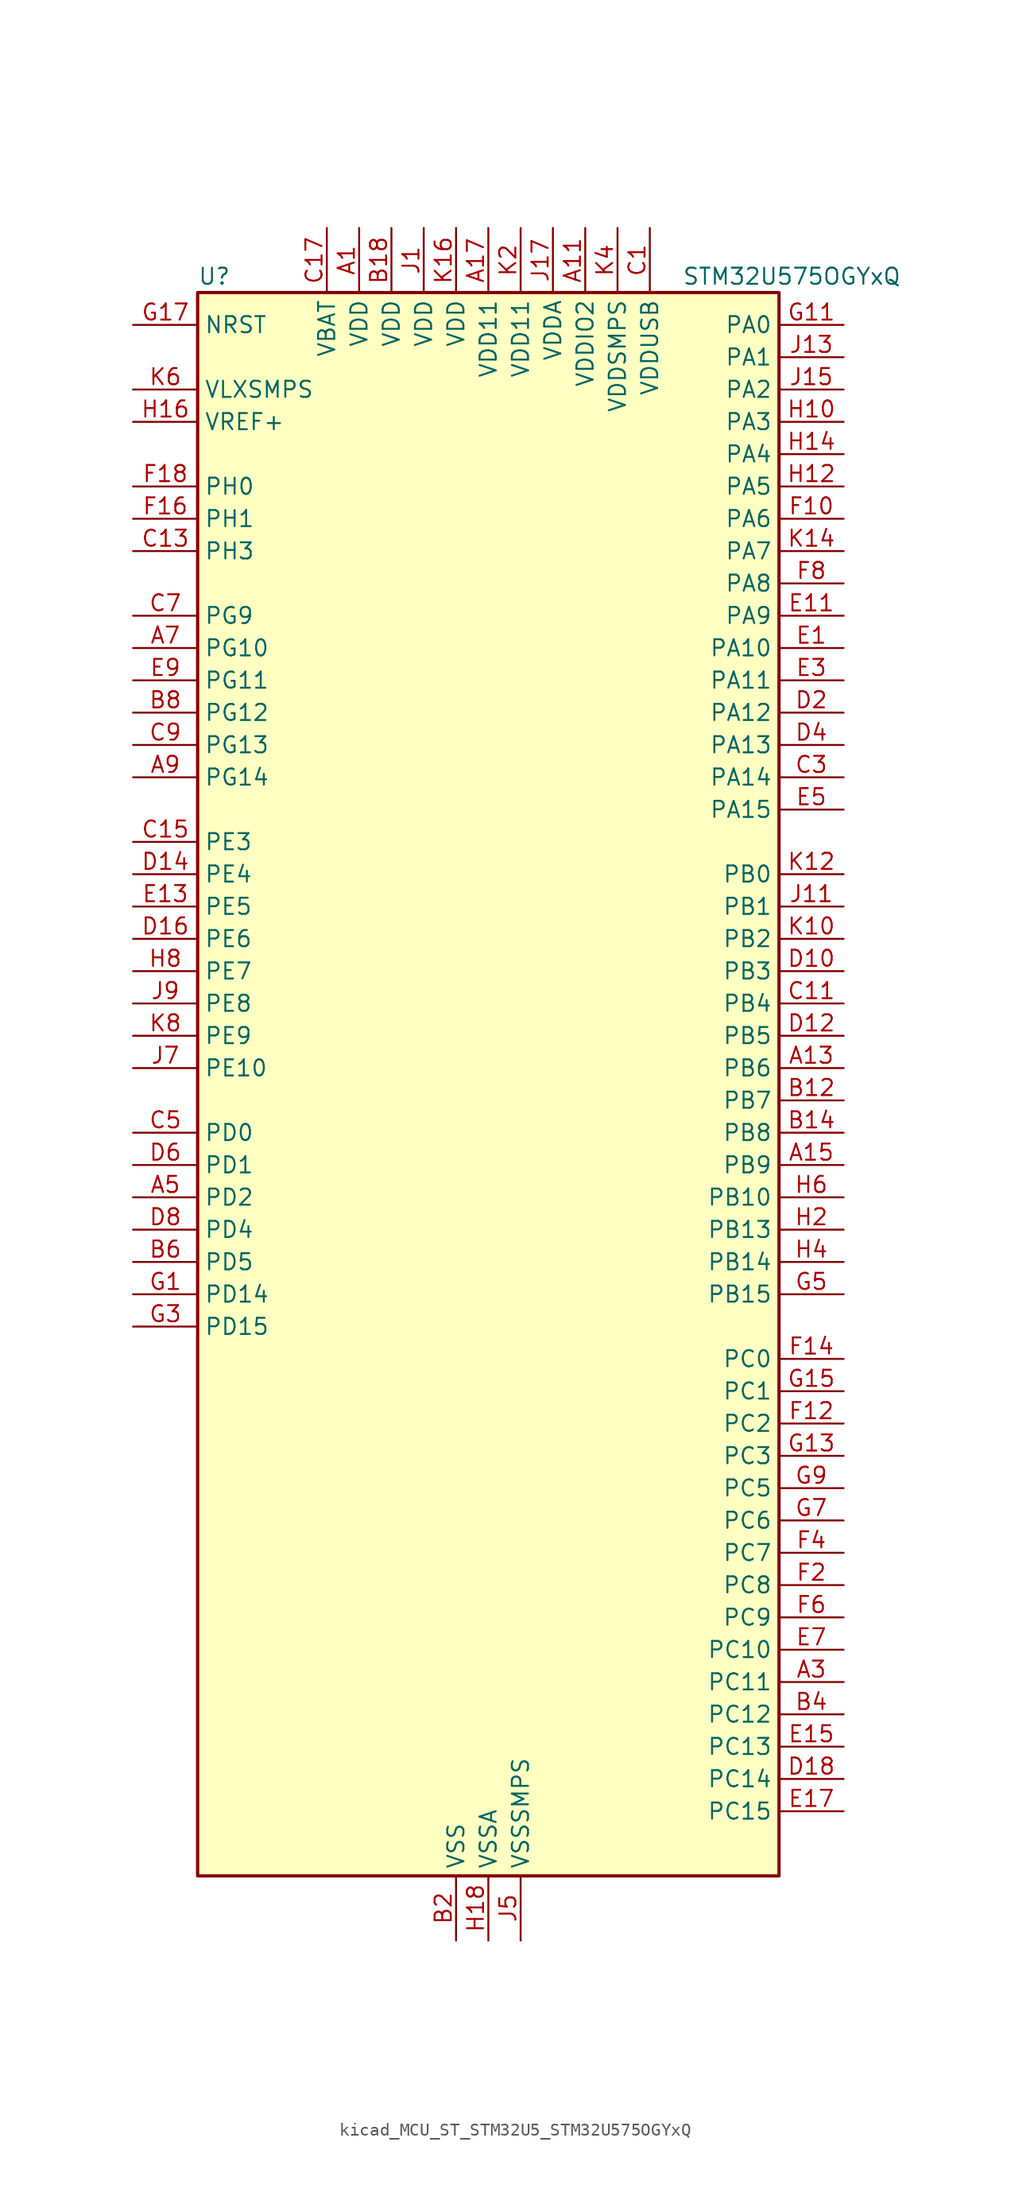
<source format=kicad_sym>
(kicad_symbol_lib
  (version 20220914)
  (generator kicad_symbol_editor)
  (symbol "kicad_MCU_ST_STM32U5_STM32U575OGYxQ"
    (property "Reference" "U"
      (at -22.86 64.77 0)
      (effects (font (size 1.27 1.27)) (justify left)))
    (property "Value" "STM32U575OGYxQ"
      (at 15.24 64.77 0)
      (effects (font (size 1.27 1.27)) (justify left)))
    (property "ki_locked" ""
      (at 0 0 0)
      (effects (font (size 1.27 1.27))))
    (symbol "kicad_MCU_ST_STM32U5_STM32U575OGYxQ_0_1"
      (rectangle (start -22.86 -60.96) (end 22.86 63.5) (stroke (width 0.254) (type default)) (fill (type background))))
    (symbol "kicad_MCU_ST_STM32U5_STM32U575OGYxQ_1_1"
      (pin power_in line (at -10.16 68.58 270) (length 5.08) (name "VDD" (effects (font (size 1.27 1.27)))) (number "A1" (effects (font (size 1.27 1.27)))))
      (pin power_in line (at 7.62 68.58 270) (length 5.08) (name "VDDIO2" (effects (font (size 1.27 1.27)))) (number "A11" (effects (font (size 1.27 1.27)))))
      (pin bidirectional line (at 27.94 2.54 180) (length 5.08) (name "PB6" (effects (font (size 1.27 1.27)))) (number "A13" (effects (font (size 1.27 1.27)))) (alternate "COMP2_INP" bidirectional line) (alternate "DCMI_D5" bidirectional line) (alternate "I2C1_SCL" bidirectional line) (alternate "I2C4_SCL" bidirectional line) (alternate "LPTIM1_ETR" bidirectional line) (alternate "MDF1_SDI5" bidirectional line) (alternate "PSSI_D5" bidirectional line) (alternate "PWR_WKUP3" bidirectional line) (alternate "SAI1_FS_B" bidirectional line) (alternate "TIM16_CH1N" bidirectional line) (alternate "TIM4_CH1" bidirectional line) (alternate "TIM8_BKIN2" bidirectional line) (alternate "TSC_G2_IO3" bidirectional line) (alternate "USART1_TX" bidirectional line))
      (pin bidirectional line (at 27.94 -5.08 180) (length 5.08) (name "PB9" (effects (font (size 1.27 1.27)))) (number "A15" (effects (font (size 1.27 1.27)))) (alternate "DAC1_EXTI9" bidirectional line) (alternate "DCMI_D7" bidirectional line) (alternate "FDCAN1_TX" bidirectional line) (alternate "I2C1_SDA" bidirectional line) (alternate "IR_OUT" bidirectional line) (alternate "PSSI_D7" bidirectional line) (alternate "SAI1_D2" bidirectional line) (alternate "SAI1_FS_A" bidirectional line) (alternate "SDMMC1_CDIR" bidirectional line) (alternate "SDMMC1_D5" bidirectional line) (alternate "SDMMC2_D5" bidirectional line) (alternate "SPI2_NSS" bidirectional line) (alternate "TIM17_CH1" bidirectional line) (alternate "TIM4_CH4" bidirectional line))
      (pin power_in line (at 0 68.58 270) (length 5.08) (name "VDD11" (effects (font (size 1.27 1.27)))) (number "A17" (effects (font (size 1.27 1.27)))))
      (pin bidirectional line (at 27.94 -45.72 180) (length 5.08) (name "PC11" (effects (font (size 1.27 1.27)))) (number "A3" (effects (font (size 1.27 1.27)))) (alternate "ADC1_EXTI11" bidirectional line) (alternate "ADF1_SDI0" bidirectional line) (alternate "DCMI_D2" bidirectional line) (alternate "DCMI_D4" bidirectional line) (alternate "LPTIM3_IN1" bidirectional line) (alternate "OCTOSPIM_P1_NCS" bidirectional line) (alternate "PSSI_D2" bidirectional line) (alternate "PSSI_D4" bidirectional line) (alternate "SDMMC1_D3" bidirectional line) (alternate "SPI3_MISO" bidirectional line) (alternate "TSC_G3_IO3" bidirectional line) (alternate "UART4_RX" bidirectional line) (alternate "UCPD1_FRSTX2" bidirectional line) (alternate "USART3_RX" bidirectional line))
      (pin bidirectional line (at -27.94 -7.62 0) (length 5.08) (name "PD2" (effects (font (size 1.27 1.27)))) (number "A5" (effects (font (size 1.27 1.27)))) (alternate "DCMI_D11" bidirectional line) (alternate "DEBUG_TRACED2" bidirectional line) (alternate "LPTIM4_ETR" bidirectional line) (alternate "PSSI_D11" bidirectional line) (alternate "SDMMC1_CMD" bidirectional line) (alternate "TIM3_ETR" bidirectional line) (alternate "TSC_SYNC" bidirectional line) (alternate "UART5_RX" bidirectional line) (alternate "USART3_DE" bidirectional line) (alternate "USART3_RTS" bidirectional line))
      (pin bidirectional line (at -27.94 35.56 0) (length 5.08) (name "PG10" (effects (font (size 1.27 1.27)))) (number "A7" (effects (font (size 1.27 1.27)))) (alternate "FMC_NE3" bidirectional line) (alternate "LPTIM1_IN1" bidirectional line) (alternate "OCTOSPIM_P2_IO7" bidirectional line) (alternate "SPI3_MISO" bidirectional line) (alternate "TIM15_CH1" bidirectional line) (alternate "USART1_RX" bidirectional line))
      (pin bidirectional line (at -27.94 25.4 0) (length 5.08) (name "PG14" (effects (font (size 1.27 1.27)))) (number "A9" (effects (font (size 1.27 1.27)))) (alternate "FMC_A25" bidirectional line) (alternate "I2C1_SCL" bidirectional line) (alternate "LPTIM1_CH2" bidirectional line))
      (pin passive line (at -2.54 -66.04 90) (length 5.08) hide (name "VSS" (effects (font (size 1.27 1.27)))) (number "B10" (effects (font (size 1.27 1.27)))))
      (pin bidirectional line (at 27.94 0 180) (length 5.08) (name "PB7" (effects (font (size 1.27 1.27)))) (number "B12" (effects (font (size 1.27 1.27)))) (alternate "COMP2_INM" bidirectional line) (alternate "DCMI_VSYNC" bidirectional line) (alternate "FMC_NL" bidirectional line) (alternate "I2C1_SDA" bidirectional line) (alternate "I2C4_SDA" bidirectional line) (alternate "LPTIM1_IN2" bidirectional line) (alternate "MDF1_CKI5" bidirectional line) (alternate "PSSI_RDY" bidirectional line) (alternate "PWR_PVD_IN" bidirectional line) (alternate "PWR_WKUP4" bidirectional line) (alternate "TIM17_CH1N" bidirectional line) (alternate "TIM4_CH2" bidirectional line) (alternate "TIM8_BKIN" bidirectional line) (alternate "TSC_G2_IO4" bidirectional line) (alternate "UART4_CTS" bidirectional line) (alternate "USART1_RX" bidirectional line))
      (pin bidirectional line (at 27.94 -2.54 180) (length 5.08) (name "PB8" (effects (font (size 1.27 1.27)))) (number "B14" (effects (font (size 1.27 1.27)))) (alternate "DCMI_D6" bidirectional line) (alternate "FDCAN1_RX" bidirectional line) (alternate "I2C1_SCL" bidirectional line) (alternate "MDF1_CCK0" bidirectional line) (alternate "PSSI_D6" bidirectional line) (alternate "PWR_WKUP5" bidirectional line) (alternate "SAI1_CK1" bidirectional line) (alternate "SAI1_MCLK_A" bidirectional line) (alternate "SDMMC1_CKIN" bidirectional line) (alternate "SDMMC1_D4" bidirectional line) (alternate "SDMMC2_D4" bidirectional line) (alternate "SPI3_RDY" bidirectional line) (alternate "TIM16_CH1" bidirectional line) (alternate "TIM4_CH3" bidirectional line))
      (pin passive line (at -2.54 -66.04 90) (length 5.08) hide (name "VSS" (effects (font (size 1.27 1.27)))) (number "B16" (effects (font (size 1.27 1.27)))))
      (pin power_in line (at -7.62 68.58 270) (length 5.08) (name "VDD" (effects (font (size 1.27 1.27)))) (number "B18" (effects (font (size 1.27 1.27)))))
      (pin power_in line (at -2.54 -66.04 90) (length 5.08) (name "VSS" (effects (font (size 1.27 1.27)))) (number "B2" (effects (font (size 1.27 1.27)))))
      (pin bidirectional line (at 27.94 -48.26 180) (length 5.08) (name "PC12" (effects (font (size 1.27 1.27)))) (number "B4" (effects (font (size 1.27 1.27)))) (alternate "DCMI_D9" bidirectional line) (alternate "DEBUG_TRACED3" bidirectional line) (alternate "PSSI_D9" bidirectional line) (alternate "SDMMC1_CK" bidirectional line) (alternate "SPI3_MOSI" bidirectional line) (alternate "TSC_G3_IO4" bidirectional line) (alternate "UART5_TX" bidirectional line) (alternate "USART3_CK" bidirectional line))
      (pin bidirectional line (at -27.94 -12.7 0) (length 5.08) (name "PD5" (effects (font (size 1.27 1.27)))) (number "B6" (effects (font (size 1.27 1.27)))) (alternate "FMC_NWE" bidirectional line) (alternate "OCTOSPIM_P1_IO5" bidirectional line) (alternate "SPI2_RDY" bidirectional line) (alternate "USART2_TX" bidirectional line))
      (pin bidirectional line (at -27.94 30.48 0) (length 5.08) (name "PG12" (effects (font (size 1.27 1.27)))) (number "B8" (effects (font (size 1.27 1.27)))) (alternate "FMC_NE4" bidirectional line) (alternate "LPTIM1_ETR" bidirectional line) (alternate "OCTOSPIM_P2_NCS" bidirectional line) (alternate "SPI3_NSS" bidirectional line) (alternate "USART1_DE" bidirectional line) (alternate "USART1_RTS" bidirectional line))
      (pin power_in line (at 12.7 68.58 270) (length 5.08) (name "VDDUSB" (effects (font (size 1.27 1.27)))) (number "C1" (effects (font (size 1.27 1.27)))))
      (pin bidirectional line (at 27.94 7.62 180) (length 5.08) (name "PB4" (effects (font (size 1.27 1.27)))) (number "C11" (effects (font (size 1.27 1.27)))) (alternate "ADF1_SDI0" bidirectional line) (alternate "COMP2_INP" bidirectional line) (alternate "DCMI_D12" bidirectional line) (alternate "DEBUG_JTRST" bidirectional line) (alternate "I2C3_SDA" bidirectional line) (alternate "LPTIM1_CH2" bidirectional line) (alternate "PSSI_D12" bidirectional line) (alternate "SAI1_MCLK_B" bidirectional line) (alternate "SDMMC2_D3" bidirectional line) (alternate "SPI1_MISO" bidirectional line) (alternate "SPI3_MISO" bidirectional line) (alternate "TIM17_BKIN" bidirectional line) (alternate "TIM3_CH1" bidirectional line) (alternate "TSC_G2_IO1" bidirectional line) (alternate "UART5_DE" bidirectional line) (alternate "UART5_RTS" bidirectional line) (alternate "USART1_CTS" bidirectional line))
      (pin bidirectional line (at -27.94 43.18 0) (length 5.08) (name "PH3" (effects (font (size 1.27 1.27)))) (number "C13" (effects (font (size 1.27 1.27)))))
      (pin bidirectional line (at -27.94 20.32 0) (length 5.08) (name "PE3" (effects (font (size 1.27 1.27)))) (number "C15" (effects (font (size 1.27 1.27)))) (alternate "DEBUG_TRACED0" bidirectional line) (alternate "FMC_A19" bidirectional line) (alternate "OCTOSPIM_P1_DQS" bidirectional line) (alternate "SAI1_SD_B" bidirectional line) (alternate "TAMP_IN6" bidirectional line) (alternate "TAMP_OUT3" bidirectional line) (alternate "TIM3_CH1" bidirectional line) (alternate "TSC_G7_IO2" bidirectional line))
      (pin power_in line (at -12.7 68.58 270) (length 5.08) (name "VBAT" (effects (font (size 1.27 1.27)))) (number "C17" (effects (font (size 1.27 1.27)))))
      (pin bidirectional line (at 27.94 25.4 180) (length 5.08) (name "PA14" (effects (font (size 1.27 1.27)))) (number "C3" (effects (font (size 1.27 1.27)))) (alternate "DEBUG_JTCK-SWCLK" bidirectional line) (alternate "I2C1_SMBA" bidirectional line) (alternate "I2C4_SMBA" bidirectional line) (alternate "LPTIM1_CH1" bidirectional line) (alternate "SAI1_FS_B" bidirectional line) (alternate "USB_OTG_FS_SOF" bidirectional line))
      (pin bidirectional line (at -27.94 -2.54 0) (length 5.08) (name "PD0" (effects (font (size 1.27 1.27)))) (number "C5" (effects (font (size 1.27 1.27)))) (alternate "FDCAN1_RX" bidirectional line) (alternate "FMC_D2" bidirectional line) (alternate "FMC_DA2" bidirectional line) (alternate "SPI2_NSS" bidirectional line) (alternate "TIM8_CH4N" bidirectional line))
      (pin bidirectional line (at -27.94 38.1 0) (length 5.08) (name "PG9" (effects (font (size 1.27 1.27)))) (number "C7" (effects (font (size 1.27 1.27)))) (alternate "DAC1_EXTI9" bidirectional line) (alternate "FMC_NCE" bidirectional line) (alternate "FMC_NE2" bidirectional line) (alternate "OCTOSPIM_P2_IO6" bidirectional line) (alternate "SPI3_SCK" bidirectional line) (alternate "TIM15_CH1N" bidirectional line) (alternate "USART1_TX" bidirectional line))
      (pin bidirectional line (at -27.94 27.94 0) (length 5.08) (name "PG13" (effects (font (size 1.27 1.27)))) (number "C9" (effects (font (size 1.27 1.27)))) (alternate "FMC_A24" bidirectional line) (alternate "I2C1_SDA" bidirectional line) (alternate "SPI3_RDY" bidirectional line) (alternate "USART1_CK" bidirectional line))
      (pin bidirectional line (at 27.94 10.16 180) (length 5.08) (name "PB3" (effects (font (size 1.27 1.27)))) (number "D10" (effects (font (size 1.27 1.27)))) (alternate "ADF1_CCK0" bidirectional line) (alternate "COMP2_INM" bidirectional line) (alternate "CRS_SYNC" bidirectional line) (alternate "DEBUG_JTDO-SWO" bidirectional line) (alternate "I2C1_SDA" bidirectional line) (alternate "LPTIM1_CH1" bidirectional line) (alternate "SAI1_SCK_B" bidirectional line) (alternate "SDMMC2_D2" bidirectional line) (alternate "SPI1_SCK" bidirectional line) (alternate "SPI3_SCK" bidirectional line) (alternate "TIM2_CH2" bidirectional line) (alternate "USART1_DE" bidirectional line) (alternate "USART1_RTS" bidirectional line))
      (pin bidirectional line (at 27.94 5.08 180) (length 5.08) (name "PB5" (effects (font (size 1.27 1.27)))) (number "D12" (effects (font (size 1.27 1.27)))) (alternate "COMP2_OUT" bidirectional line) (alternate "DCMI_D10" bidirectional line) (alternate "I2C1_SMBA" bidirectional line) (alternate "LPTIM1_IN1" bidirectional line) (alternate "OCTOSPIM_P1_NCLK" bidirectional line) (alternate "PSSI_D10" bidirectional line) (alternate "PWR_WKUP6" bidirectional line) (alternate "SAI1_SD_B" bidirectional line) (alternate "SPI1_MOSI" bidirectional line) (alternate "SPI3_MOSI" bidirectional line) (alternate "TIM16_BKIN" bidirectional line) (alternate "TIM3_CH2" bidirectional line) (alternate "TSC_G2_IO2" bidirectional line) (alternate "UART5_CTS" bidirectional line) (alternate "UCPD1_DBCC1" bidirectional line) (alternate "USART1_CK" bidirectional line))
      (pin bidirectional line (at -27.94 17.78 0) (length 5.08) (name "PE4" (effects (font (size 1.27 1.27)))) (number "D14" (effects (font (size 1.27 1.27)))) (alternate "DCMI_D4" bidirectional line) (alternate "DEBUG_TRACED1" bidirectional line) (alternate "FMC_A20" bidirectional line) (alternate "MDF1_SDI3" bidirectional line) (alternate "PSSI_D4" bidirectional line) (alternate "PWR_WKUP1" bidirectional line) (alternate "SAI1_D2" bidirectional line) (alternate "SAI1_FS_A" bidirectional line) (alternate "TAMP_IN7" bidirectional line) (alternate "TAMP_OUT8" bidirectional line) (alternate "TIM3_CH2" bidirectional line) (alternate "TSC_G7_IO3" bidirectional line))
      (pin bidirectional line (at -27.94 12.7 0) (length 5.08) (name "PE6" (effects (font (size 1.27 1.27)))) (number "D16" (effects (font (size 1.27 1.27)))) (alternate "DCMI_D7" bidirectional line) (alternate "DEBUG_TRACED3" bidirectional line) (alternate "FMC_A22" bidirectional line) (alternate "PSSI_D7" bidirectional line) (alternate "PWR_WKUP3" bidirectional line) (alternate "SAI1_D1" bidirectional line) (alternate "SAI1_SD_A" bidirectional line) (alternate "TAMP_IN3" bidirectional line) (alternate "TAMP_OUT6" bidirectional line) (alternate "TIM3_CH4" bidirectional line))
      (pin bidirectional line (at 27.94 -53.34 180) (length 5.08) (name "PC14" (effects (font (size 1.27 1.27)))) (number "D18" (effects (font (size 1.27 1.27)))) (alternate "RCC_OSC32_IN" bidirectional line))
      (pin bidirectional line (at 27.94 30.48 180) (length 5.08) (name "PA12" (effects (font (size 1.27 1.27)))) (number "D2" (effects (font (size 1.27 1.27)))) (alternate "FDCAN1_TX" bidirectional line) (alternate "OCTOSPIM_P2_NCS" bidirectional line) (alternate "SPI1_MOSI" bidirectional line) (alternate "TIM1_ETR" bidirectional line) (alternate "USART1_DE" bidirectional line) (alternate "USART1_RTS" bidirectional line) (alternate "USB_OTG_FS_DP" bidirectional line))
      (pin bidirectional line (at 27.94 27.94 180) (length 5.08) (name "PA13" (effects (font (size 1.27 1.27)))) (number "D4" (effects (font (size 1.27 1.27)))) (alternate "DEBUG_JTMS-SWDIO" bidirectional line) (alternate "IR_OUT" bidirectional line) (alternate "SAI1_SD_B" bidirectional line) (alternate "USB_OTG_FS_NOE" bidirectional line))
      (pin bidirectional line (at -27.94 -5.08 0) (length 5.08) (name "PD1" (effects (font (size 1.27 1.27)))) (number "D6" (effects (font (size 1.27 1.27)))) (alternate "FDCAN1_TX" bidirectional line) (alternate "FMC_D3" bidirectional line) (alternate "FMC_DA3" bidirectional line) (alternate "SPI2_SCK" bidirectional line))
      (pin bidirectional line (at -27.94 -10.16 0) (length 5.08) (name "PD4" (effects (font (size 1.27 1.27)))) (number "D8" (effects (font (size 1.27 1.27)))) (alternate "FMC_NOE" bidirectional line) (alternate "MDF1_CKI0" bidirectional line) (alternate "OCTOSPIM_P1_IO4" bidirectional line) (alternate "SPI2_MOSI" bidirectional line) (alternate "USART2_DE" bidirectional line) (alternate "USART2_RTS" bidirectional line))
      (pin bidirectional line (at 27.94 35.56 180) (length 5.08) (name "PA10" (effects (font (size 1.27 1.27)))) (number "E1" (effects (font (size 1.27 1.27)))) (alternate "CRS_SYNC" bidirectional line) (alternate "DCMI_D1" bidirectional line) (alternate "LPTIM2_IN2" bidirectional line) (alternate "PSSI_D1" bidirectional line) (alternate "SAI1_D1" bidirectional line) (alternate "SAI1_SD_A" bidirectional line) (alternate "TIM17_BKIN" bidirectional line) (alternate "TIM1_CH3" bidirectional line) (alternate "USART1_RX" bidirectional line) (alternate "USB_OTG_FS_ID" bidirectional line))
      (pin bidirectional line (at 27.94 38.1 180) (length 5.08) (name "PA9" (effects (font (size 1.27 1.27)))) (number "E11" (effects (font (size 1.27 1.27)))) (alternate "DAC1_EXTI9" bidirectional line) (alternate "DCMI_D0" bidirectional line) (alternate "PSSI_D0" bidirectional line) (alternate "SAI1_FS_A" bidirectional line) (alternate "SPI2_SCK" bidirectional line) (alternate "TIM15_BKIN" bidirectional line) (alternate "TIM1_CH2" bidirectional line) (alternate "USART1_TX" bidirectional line) (alternate "USB_OTG_FS_VBUS" bidirectional line))
      (pin bidirectional line (at -27.94 15.24 0) (length 5.08) (name "PE5" (effects (font (size 1.27 1.27)))) (number "E13" (effects (font (size 1.27 1.27)))) (alternate "DCMI_D6" bidirectional line) (alternate "DEBUG_TRACED2" bidirectional line) (alternate "FMC_A21" bidirectional line) (alternate "MDF1_CKI3" bidirectional line) (alternate "PSSI_D6" bidirectional line) (alternate "PWR_WKUP2" bidirectional line) (alternate "SAI1_CK2" bidirectional line) (alternate "SAI1_SCK_A" bidirectional line) (alternate "TAMP_IN8" bidirectional line) (alternate "TAMP_OUT7" bidirectional line) (alternate "TIM3_CH3" bidirectional line) (alternate "TSC_G7_IO4" bidirectional line))
      (pin bidirectional line (at 27.94 -50.8 180) (length 5.08) (name "PC13" (effects (font (size 1.27 1.27)))) (number "E15" (effects (font (size 1.27 1.27)))) (alternate "PWR_WKUP2" bidirectional line) (alternate "RTC_OUT1" bidirectional line) (alternate "RTC_TS" bidirectional line) (alternate "TAMP_IN1" bidirectional line) (alternate "TAMP_OUT2" bidirectional line))
      (pin bidirectional line (at 27.94 -55.88 180) (length 5.08) (name "PC15" (effects (font (size 1.27 1.27)))) (number "E17" (effects (font (size 1.27 1.27)))) (alternate "ADC1_EXTI15" bidirectional line) (alternate "ADC4_EXTI15" bidirectional line) (alternate "RCC_OSC32_OUT" bidirectional line))
      (pin bidirectional line (at 27.94 33.02 180) (length 5.08) (name "PA11" (effects (font (size 1.27 1.27)))) (number "E3" (effects (font (size 1.27 1.27)))) (alternate "ADC1_EXTI11" bidirectional line) (alternate "FDCAN1_RX" bidirectional line) (alternate "SPI1_MISO" bidirectional line) (alternate "TIM1_BKIN2" bidirectional line) (alternate "TIM1_CH4" bidirectional line) (alternate "USART1_CTS" bidirectional line) (alternate "USB_OTG_FS_DM" bidirectional line))
      (pin bidirectional line (at 27.94 22.86 180) (length 5.08) (name "PA15" (effects (font (size 1.27 1.27)))) (number "E5" (effects (font (size 1.27 1.27)))) (alternate "ADC1_EXTI15" bidirectional line) (alternate "ADC4_EXTI15" bidirectional line) (alternate "DEBUG_JTDI" bidirectional line) (alternate "SPI1_NSS" bidirectional line) (alternate "SPI3_NSS" bidirectional line) (alternate "TIM2_CH1" bidirectional line) (alternate "TIM2_ETR" bidirectional line) (alternate "UART4_DE" bidirectional line) (alternate "UART4_RTS" bidirectional line) (alternate "UCPD1_CC1" bidirectional line) (alternate "USART2_RX" bidirectional line) (alternate "USART3_DE" bidirectional line) (alternate "USART3_RTS" bidirectional line))
      (pin bidirectional line (at 27.94 -43.18 180) (length 5.08) (name "PC10" (effects (font (size 1.27 1.27)))) (number "E7" (effects (font (size 1.27 1.27)))) (alternate "ADF1_CCK1" bidirectional line) (alternate "DCMI_D8" bidirectional line) (alternate "DEBUG_TRACED1" bidirectional line) (alternate "LPTIM3_ETR" bidirectional line) (alternate "PSSI_D8" bidirectional line) (alternate "SDMMC1_D2" bidirectional line) (alternate "SPI3_SCK" bidirectional line) (alternate "TSC_G3_IO2" bidirectional line) (alternate "UART4_TX" bidirectional line) (alternate "USART3_TX" bidirectional line))
      (pin bidirectional line (at -27.94 33.02 0) (length 5.08) (name "PG11" (effects (font (size 1.27 1.27)))) (number "E9" (effects (font (size 1.27 1.27)))) (alternate "ADC1_EXTI11" bidirectional line) (alternate "LPTIM1_IN2" bidirectional line) (alternate "OCTOSPIM_P1_IO5" bidirectional line) (alternate "SPI3_MOSI" bidirectional line) (alternate "TIM15_CH2" bidirectional line) (alternate "USART1_CTS" bidirectional line))
      (pin bidirectional line (at 27.94 45.72 180) (length 5.08) (name "PA6" (effects (font (size 1.27 1.27)))) (number "F10" (effects (font (size 1.27 1.27)))) (alternate "ADC1_IN11" bidirectional line) (alternate "ADC4_IN11" bidirectional line) (alternate "DCMI_PIXCLK" bidirectional line) (alternate "LPUART1_CTS" bidirectional line) (alternate "OCTOSPIM_P1_IO3" bidirectional line) (alternate "OPAMP2_VINP" bidirectional line) (alternate "PSSI_PDCK" bidirectional line) (alternate "PWR_CDSTOP" bidirectional line) (alternate "PWR_WKUP7" bidirectional line) (alternate "SPI1_MISO" bidirectional line) (alternate "TIM16_CH1" bidirectional line) (alternate "TIM1_BKIN" bidirectional line) (alternate "TIM3_CH1" bidirectional line) (alternate "TIM8_BKIN" bidirectional line) (alternate "USART3_CTS" bidirectional line))
      (pin bidirectional line (at 27.94 -25.4 180) (length 5.08) (name "PC2" (effects (font (size 1.27 1.27)))) (number "F12" (effects (font (size 1.27 1.27)))) (alternate "ADC1_IN3" bidirectional line) (alternate "ADC4_IN3" bidirectional line) (alternate "LPTIM1_IN2" bidirectional line) (alternate "MDF1_CCK1" bidirectional line) (alternate "OCTOSPIM_P1_IO5" bidirectional line) (alternate "SPI2_MISO" bidirectional line))
      (pin bidirectional line (at 27.94 -20.32 180) (length 5.08) (name "PC0" (effects (font (size 1.27 1.27)))) (number "F14" (effects (font (size 1.27 1.27)))) (alternate "ADC1_IN1" bidirectional line) (alternate "ADC4_IN1" bidirectional line) (alternate "I2C3_SCL" bidirectional line) (alternate "LPTIM1_IN1" bidirectional line) (alternate "LPTIM2_IN1" bidirectional line) (alternate "LPUART1_RX" bidirectional line) (alternate "MDF1_SDI4" bidirectional line) (alternate "OCTOSPIM_P1_IO7" bidirectional line) (alternate "SDMMC1_D5" bidirectional line) (alternate "SPI2_RDY" bidirectional line))
      (pin bidirectional line (at -27.94 45.72 0) (length 5.08) (name "PH1" (effects (font (size 1.27 1.27)))) (number "F16" (effects (font (size 1.27 1.27)))) (alternate "RCC_OSC_OUT" bidirectional line))
      (pin bidirectional line (at -27.94 48.26 0) (length 5.08) (name "PH0" (effects (font (size 1.27 1.27)))) (number "F18" (effects (font (size 1.27 1.27)))) (alternate "RCC_OSC_IN" bidirectional line))
      (pin bidirectional line (at 27.94 -38.1 180) (length 5.08) (name "PC8" (effects (font (size 1.27 1.27)))) (number "F2" (effects (font (size 1.27 1.27)))) (alternate "DCMI_D2" bidirectional line) (alternate "LPTIM3_CH1" bidirectional line) (alternate "PSSI_D2" bidirectional line) (alternate "PWR_SRDSTOP" bidirectional line) (alternate "SDMMC1_D0" bidirectional line) (alternate "TIM3_CH3" bidirectional line) (alternate "TIM8_CH3" bidirectional line) (alternate "TSC_G4_IO3" bidirectional line))
      (pin bidirectional line (at 27.94 -35.56 180) (length 5.08) (name "PC7" (effects (font (size 1.27 1.27)))) (number "F4" (effects (font (size 1.27 1.27)))) (alternate "DCMI_D1" bidirectional line) (alternate "LPTIM2_CH2" bidirectional line) (alternate "MDF1_SDI3" bidirectional line) (alternate "PSSI_D1" bidirectional line) (alternate "PWR_CDSTOP" bidirectional line) (alternate "SDMMC1_D123DIR" bidirectional line) (alternate "SDMMC1_D7" bidirectional line) (alternate "SDMMC2_D7" bidirectional line) (alternate "TIM3_CH2" bidirectional line) (alternate "TIM8_CH2" bidirectional line) (alternate "TSC_G4_IO2" bidirectional line))
      (pin bidirectional line (at 27.94 -40.64 180) (length 5.08) (name "PC9" (effects (font (size 1.27 1.27)))) (number "F6" (effects (font (size 1.27 1.27)))) (alternate "DAC1_EXTI9" bidirectional line) (alternate "DCMI_D3" bidirectional line) (alternate "DEBUG_TRACED0" bidirectional line) (alternate "LPTIM3_CH2" bidirectional line) (alternate "PSSI_D3" bidirectional line) (alternate "SDMMC1_D1" bidirectional line) (alternate "TIM3_CH4" bidirectional line) (alternate "TIM8_BKIN2" bidirectional line) (alternate "TIM8_CH4" bidirectional line) (alternate "TSC_G4_IO4" bidirectional line) (alternate "USB_OTG_FS_NOE" bidirectional line))
      (pin bidirectional line (at 27.94 40.64 180) (length 5.08) (name "PA8" (effects (font (size 1.27 1.27)))) (number "F8" (effects (font (size 1.27 1.27)))) (alternate "DEBUG_TRACECLK" bidirectional line) (alternate "LPTIM2_CH1" bidirectional line) (alternate "RCC_MCO" bidirectional line) (alternate "SAI1_CK2" bidirectional line) (alternate "SAI1_SCK_A" bidirectional line) (alternate "SPI1_RDY" bidirectional line) (alternate "TIM1_CH1" bidirectional line) (alternate "USART1_CK" bidirectional line) (alternate "USB_OTG_FS_SOF" bidirectional line))
      (pin bidirectional line (at -27.94 -15.24 0) (length 5.08) (name "PD14" (effects (font (size 1.27 1.27)))) (number "G1" (effects (font (size 1.27 1.27)))) (alternate "FMC_D0" bidirectional line) (alternate "FMC_DA0" bidirectional line) (alternate "LPTIM3_CH1" bidirectional line) (alternate "TIM4_CH3" bidirectional line))
      (pin bidirectional line (at 27.94 60.96 180) (length 5.08) (name "PA0" (effects (font (size 1.27 1.27)))) (number "G11" (effects (font (size 1.27 1.27)))) (alternate "ADC1_IN5" bidirectional line) (alternate "AUDIOCLK" bidirectional line) (alternate "OCTOSPIM_P2_NCS" bidirectional line) (alternate "OPAMP1_VINP" bidirectional line) (alternate "PWR_WKUP1" bidirectional line) (alternate "SDMMC2_CMD" bidirectional line) (alternate "SPI3_RDY" bidirectional line) (alternate "TAMP_IN2" bidirectional line) (alternate "TAMP_OUT1" bidirectional line) (alternate "TIM2_CH1" bidirectional line) (alternate "TIM2_ETR" bidirectional line) (alternate "TIM5_CH1" bidirectional line) (alternate "TIM8_ETR" bidirectional line) (alternate "UART4_TX" bidirectional line) (alternate "USART2_CTS" bidirectional line))
      (pin bidirectional line (at 27.94 -27.94 180) (length 5.08) (name "PC3" (effects (font (size 1.27 1.27)))) (number "G13" (effects (font (size 1.27 1.27)))) (alternate "ADC1_IN4" bidirectional line) (alternate "ADC4_IN4" bidirectional line) (alternate "LPTIM1_ETR" bidirectional line) (alternate "LPTIM2_ETR" bidirectional line) (alternate "LPTIM3_CH1" bidirectional line) (alternate "OCTOSPIM_P1_IO6" bidirectional line) (alternate "SAI1_D1" bidirectional line) (alternate "SAI1_SD_A" bidirectional line) (alternate "SPI2_MOSI" bidirectional line))
      (pin bidirectional line (at 27.94 -22.86 180) (length 5.08) (name "PC1" (effects (font (size 1.27 1.27)))) (number "G15" (effects (font (size 1.27 1.27)))) (alternate "ADC1_IN2" bidirectional line) (alternate "ADC4_IN2" bidirectional line) (alternate "DEBUG_TRACED0" bidirectional line) (alternate "I2C3_SDA" bidirectional line) (alternate "LPTIM1_CH1" bidirectional line) (alternate "LPUART1_TX" bidirectional line) (alternate "MDF1_CKI4" bidirectional line) (alternate "OCTOSPIM_P1_IO4" bidirectional line) (alternate "SAI1_SD_A" bidirectional line) (alternate "SDMMC2_CK" bidirectional line) (alternate "SPI2_MOSI" bidirectional line))
      (pin input line (at -27.94 60.96 0) (length 5.08) (name "NRST" (effects (font (size 1.27 1.27)))) (number "G17" (effects (font (size 1.27 1.27)))))
      (pin bidirectional line (at -27.94 -17.78 0) (length 5.08) (name "PD15" (effects (font (size 1.27 1.27)))) (number "G3" (effects (font (size 1.27 1.27)))) (alternate "ADC1_EXTI15" bidirectional line) (alternate "ADC4_EXTI15" bidirectional line) (alternate "FMC_D1" bidirectional line) (alternate "FMC_DA1" bidirectional line) (alternate "LPTIM3_CH2" bidirectional line) (alternate "TIM4_CH4" bidirectional line))
      (pin bidirectional line (at 27.94 -15.24 180) (length 5.08) (name "PB15" (effects (font (size 1.27 1.27)))) (number "G5" (effects (font (size 1.27 1.27)))) (alternate "ADC1_EXTI15" bidirectional line) (alternate "ADC4_EXTI15" bidirectional line) (alternate "FMC_NBL1" bidirectional line) (alternate "LPTIM2_IN2" bidirectional line) (alternate "MDF1_CKI2" bidirectional line) (alternate "PWR_WKUP7" bidirectional line) (alternate "RTC_REFIN" bidirectional line) (alternate "SDMMC2_D1" bidirectional line) (alternate "SPI2_MOSI" bidirectional line) (alternate "TIM15_CH2" bidirectional line) (alternate "TIM1_CH3N" bidirectional line) (alternate "TIM8_CH3N" bidirectional line) (alternate "UCPD1_CC2" bidirectional line))
      (pin bidirectional line (at 27.94 -33.02 180) (length 5.08) (name "PC6" (effects (font (size 1.27 1.27)))) (number "G7" (effects (font (size 1.27 1.27)))) (alternate "DCMI_D0" bidirectional line) (alternate "MDF1_CKI3" bidirectional line) (alternate "PSSI_D0" bidirectional line) (alternate "PWR_CSLEEP" bidirectional line) (alternate "SDMMC1_D0DIR" bidirectional line) (alternate "SDMMC1_D6" bidirectional line) (alternate "SDMMC2_D6" bidirectional line) (alternate "TIM3_CH1" bidirectional line) (alternate "TIM8_CH1" bidirectional line) (alternate "TSC_G4_IO1" bidirectional line))
      (pin bidirectional line (at 27.94 -30.48 180) (length 5.08) (name "PC5" (effects (font (size 1.27 1.27)))) (number "G9" (effects (font (size 1.27 1.27)))) (alternate "ADC1_IN14" bidirectional line) (alternate "ADC4_IN23" bidirectional line) (alternate "COMP1_INP" bidirectional line) (alternate "PSSI_D15" bidirectional line) (alternate "PWR_WKUP5" bidirectional line) (alternate "SAI1_D3" bidirectional line) (alternate "TAMP_IN4" bidirectional line) (alternate "TAMP_OUT5" bidirectional line) (alternate "TIM1_CH4N" bidirectional line) (alternate "USART3_RX" bidirectional line))
      (pin bidirectional line (at 27.94 53.34 180) (length 5.08) (name "PA3" (effects (font (size 1.27 1.27)))) (number "H10" (effects (font (size 1.27 1.27)))) (alternate "ADC1_IN8" bidirectional line) (alternate "LPUART1_RX" bidirectional line) (alternate "OCTOSPIM_P1_CLK" bidirectional line) (alternate "OPAMP1_VOUT" bidirectional line) (alternate "PWR_WKUP5" bidirectional line) (alternate "SAI1_CK1" bidirectional line) (alternate "SAI1_MCLK_A" bidirectional line) (alternate "TIM15_CH2" bidirectional line) (alternate "TIM2_CH4" bidirectional line) (alternate "TIM5_CH4" bidirectional line) (alternate "USART2_RX" bidirectional line))
      (pin bidirectional line (at 27.94 48.26 180) (length 5.08) (name "PA5" (effects (font (size 1.27 1.27)))) (number "H12" (effects (font (size 1.27 1.27)))) (alternate "ADC1_IN10" bidirectional line) (alternate "ADC4_IN10" bidirectional line) (alternate "DAC1_OUT2" bidirectional line) (alternate "LPTIM2_ETR" bidirectional line) (alternate "PSSI_D14" bidirectional line) (alternate "PWR_CSLEEP" bidirectional line) (alternate "PWR_WKUP6" bidirectional line) (alternate "SPI1_SCK" bidirectional line) (alternate "TIM2_CH1" bidirectional line) (alternate "TIM2_ETR" bidirectional line) (alternate "TIM8_CH1N" bidirectional line) (alternate "USART3_RX" bidirectional line))
      (pin bidirectional line (at 27.94 50.8 180) (length 5.08) (name "PA4" (effects (font (size 1.27 1.27)))) (number "H14" (effects (font (size 1.27 1.27)))) (alternate "ADC1_IN9" bidirectional line) (alternate "ADC4_IN9" bidirectional line) (alternate "DAC1_OUT1" bidirectional line) (alternate "DCMI_HSYNC" bidirectional line) (alternate "LPTIM2_CH1" bidirectional line) (alternate "OCTOSPIM_P1_NCS" bidirectional line) (alternate "PSSI_DE" bidirectional line) (alternate "PWR_WKUP2" bidirectional line) (alternate "SAI1_FS_B" bidirectional line) (alternate "SPI1_NSS" bidirectional line) (alternate "SPI3_NSS" bidirectional line) (alternate "USART2_CK" bidirectional line))
      (pin input line (at -27.94 53.34 0) (length 5.08) (name "VREF+" (effects (font (size 1.27 1.27)))) (number "H16" (effects (font (size 1.27 1.27)))) (alternate "VREFBUF_OUT" bidirectional line))
      (pin power_in line (at 0 -66.04 90) (length 5.08) (name "VSSA" (effects (font (size 1.27 1.27)))) (number "H18" (effects (font (size 1.27 1.27)))))
      (pin bidirectional line (at 27.94 -10.16 180) (length 5.08) (name "PB13" (effects (font (size 1.27 1.27)))) (number "H2" (effects (font (size 1.27 1.27)))) (alternate "I2C2_SCL" bidirectional line) (alternate "LPTIM3_IN1" bidirectional line) (alternate "LPUART1_CTS" bidirectional line) (alternate "MDF1_CKI1" bidirectional line) (alternate "SPI2_SCK" bidirectional line) (alternate "TIM15_CH1N" bidirectional line) (alternate "TIM1_CH1N" bidirectional line) (alternate "TSC_G1_IO2" bidirectional line) (alternate "USART3_CTS" bidirectional line))
      (pin bidirectional line (at 27.94 -12.7 180) (length 5.08) (name "PB14" (effects (font (size 1.27 1.27)))) (number "H4" (effects (font (size 1.27 1.27)))) (alternate "I2C2_SDA" bidirectional line) (alternate "LPTIM3_ETR" bidirectional line) (alternate "MDF1_SDI2" bidirectional line) (alternate "SDMMC2_D0" bidirectional line) (alternate "SPI2_MISO" bidirectional line) (alternate "TIM15_CH1" bidirectional line) (alternate "TIM1_CH2N" bidirectional line) (alternate "TIM8_CH2N" bidirectional line) (alternate "TSC_G1_IO3" bidirectional line) (alternate "UCPD1_DBCC2" bidirectional line) (alternate "USART3_DE" bidirectional line) (alternate "USART3_RTS" bidirectional line))
      (pin bidirectional line (at 27.94 -7.62 180) (length 5.08) (name "PB10" (effects (font (size 1.27 1.27)))) (number "H6" (effects (font (size 1.27 1.27)))) (alternate "COMP1_OUT" bidirectional line) (alternate "I2C2_SCL" bidirectional line) (alternate "I2C4_SCL" bidirectional line) (alternate "LPTIM3_CH1" bidirectional line) (alternate "LPUART1_RX" bidirectional line) (alternate "OCTOSPIM_P1_CLK" bidirectional line) (alternate "PWR_WKUP8" bidirectional line) (alternate "SAI1_SCK_A" bidirectional line) (alternate "SPI2_SCK" bidirectional line) (alternate "TIM2_CH3" bidirectional line) (alternate "TSC_SYNC" bidirectional line) (alternate "USART3_TX" bidirectional line))
      (pin bidirectional line (at -27.94 10.16 0) (length 5.08) (name "PE7" (effects (font (size 1.27 1.27)))) (number "H8" (effects (font (size 1.27 1.27)))) (alternate "FMC_D4" bidirectional line) (alternate "FMC_DA4" bidirectional line) (alternate "MDF1_SDI2" bidirectional line) (alternate "PWR_WKUP6" bidirectional line) (alternate "SAI1_SD_B" bidirectional line) (alternate "TIM1_ETR" bidirectional line))
      (pin power_in line (at -5.08 68.58 270) (length 5.08) (name "VDD" (effects (font (size 1.27 1.27)))) (number "J1" (effects (font (size 1.27 1.27)))))
      (pin bidirectional line (at 27.94 15.24 180) (length 5.08) (name "PB1" (effects (font (size 1.27 1.27)))) (number "J11" (effects (font (size 1.27 1.27)))) (alternate "ADC1_IN16" bidirectional line) (alternate "ADC4_IN19" bidirectional line) (alternate "COMP1_INM" bidirectional line) (alternate "LPTIM2_IN1" bidirectional line) (alternate "LPTIM3_CH2" bidirectional line) (alternate "LPUART1_DE" bidirectional line) (alternate "LPUART1_RTS" bidirectional line) (alternate "MDF1_SDI0" bidirectional line) (alternate "OCTOSPIM_P1_IO0" bidirectional line) (alternate "PWR_WKUP4" bidirectional line) (alternate "TIM1_CH3N" bidirectional line) (alternate "TIM3_CH4" bidirectional line) (alternate "TIM8_CH3N" bidirectional line) (alternate "USART3_DE" bidirectional line) (alternate "USART3_RTS" bidirectional line))
      (pin bidirectional line (at 27.94 58.42 180) (length 5.08) (name "PA1" (effects (font (size 1.27 1.27)))) (number "J13" (effects (font (size 1.27 1.27)))) (alternate "ADC1_IN6" bidirectional line) (alternate "I2C1_SMBA" bidirectional line) (alternate "LPTIM1_CH2" bidirectional line) (alternate "OCTOSPIM_P1_DQS" bidirectional line) (alternate "OPAMP1_VINM" bidirectional line) (alternate "PWR_WKUP3" bidirectional line) (alternate "SPI1_SCK" bidirectional line) (alternate "TAMP_IN5" bidirectional line) (alternate "TAMP_OUT4" bidirectional line) (alternate "TIM15_CH1N" bidirectional line) (alternate "TIM2_CH2" bidirectional line) (alternate "TIM5_CH2" bidirectional line) (alternate "UART4_RX" bidirectional line) (alternate "USART2_DE" bidirectional line) (alternate "USART2_RTS" bidirectional line))
      (pin bidirectional line (at 27.94 55.88 180) (length 5.08) (name "PA2" (effects (font (size 1.27 1.27)))) (number "J15" (effects (font (size 1.27 1.27)))) (alternate "ADC1_IN7" bidirectional line) (alternate "COMP1_INP" bidirectional line) (alternate "LPUART1_TX" bidirectional line) (alternate "OCTOSPIM_P1_NCS" bidirectional line) (alternate "PWR_WKUP4" bidirectional line) (alternate "RCC_LSCO" bidirectional line) (alternate "SPI1_RDY" bidirectional line) (alternate "TIM15_CH1" bidirectional line) (alternate "TIM2_CH3" bidirectional line) (alternate "TIM5_CH3" bidirectional line) (alternate "UCPD1_FRSTX1" bidirectional line) (alternate "USART2_TX" bidirectional line))
      (pin power_in line (at 5.08 68.58 270) (length 5.08) (name "VDDA" (effects (font (size 1.27 1.27)))) (number "J17" (effects (font (size 1.27 1.27)))))
      (pin passive line (at -2.54 -66.04 90) (length 5.08) hide (name "VSS" (effects (font (size 1.27 1.27)))) (number "J3" (effects (font (size 1.27 1.27)))))
      (pin power_in line (at 2.54 -66.04 90) (length 5.08) (name "VSSSMPS" (effects (font (size 1.27 1.27)))) (number "J5" (effects (font (size 1.27 1.27)))))
      (pin bidirectional line (at -27.94 2.54 0) (length 5.08) (name "PE10" (effects (font (size 1.27 1.27)))) (number "J7" (effects (font (size 1.27 1.27)))) (alternate "ADF1_SDI0" bidirectional line) (alternate "FMC_D7" bidirectional line) (alternate "FMC_DA7" bidirectional line) (alternate "MDF1_SDI4" bidirectional line) (alternate "OCTOSPIM_P1_CLK" bidirectional line) (alternate "SAI1_MCLK_B" bidirectional line) (alternate "TIM1_CH2N" bidirectional line) (alternate "TSC_G5_IO1" bidirectional line))
      (pin bidirectional line (at -27.94 7.62 0) (length 5.08) (name "PE8" (effects (font (size 1.27 1.27)))) (number "J9" (effects (font (size 1.27 1.27)))) (alternate "FMC_D5" bidirectional line) (alternate "FMC_DA5" bidirectional line) (alternate "MDF1_CKI2" bidirectional line) (alternate "PWR_WKUP7" bidirectional line) (alternate "SAI1_SCK_B" bidirectional line) (alternate "TIM1_CH1N" bidirectional line))
      (pin bidirectional line (at 27.94 12.7 180) (length 5.08) (name "PB2" (effects (font (size 1.27 1.27)))) (number "K10" (effects (font (size 1.27 1.27)))) (alternate "ADC1_IN17" bidirectional line) (alternate "COMP1_INP" bidirectional line) (alternate "I2C3_SMBA" bidirectional line) (alternate "LPTIM1_CH1" bidirectional line) (alternate "MDF1_CKI0" bidirectional line) (alternate "OCTOSPIM_P1_DQS" bidirectional line) (alternate "PWR_WKUP1" bidirectional line) (alternate "RTC_OUT2" bidirectional line) (alternate "SPI1_RDY" bidirectional line) (alternate "TIM8_CH4N" bidirectional line) (alternate "UCPD1_FRSTX1" bidirectional line))
      (pin bidirectional line (at 27.94 17.78 180) (length 5.08) (name "PB0" (effects (font (size 1.27 1.27)))) (number "K12" (effects (font (size 1.27 1.27)))) (alternate "ADC1_IN15" bidirectional line) (alternate "ADC4_IN18" bidirectional line) (alternate "AUDIOCLK" bidirectional line) (alternate "COMP1_OUT" bidirectional line) (alternate "LPTIM3_CH1" bidirectional line) (alternate "OCTOSPIM_P1_IO1" bidirectional line) (alternate "OPAMP2_VOUT" bidirectional line) (alternate "SPI1_NSS" bidirectional line) (alternate "TIM1_CH2N" bidirectional line) (alternate "TIM3_CH3" bidirectional line) (alternate "TIM8_CH2N" bidirectional line) (alternate "USART3_CK" bidirectional line))
      (pin bidirectional line (at 27.94 43.18 180) (length 5.08) (name "PA7" (effects (font (size 1.27 1.27)))) (number "K14" (effects (font (size 1.27 1.27)))) (alternate "ADC1_IN12" bidirectional line) (alternate "ADC4_IN20" bidirectional line) (alternate "I2C3_SCL" bidirectional line) (alternate "LPTIM2_CH2" bidirectional line) (alternate "OCTOSPIM_P1_IO2" bidirectional line) (alternate "OPAMP2_VINM" bidirectional line) (alternate "PWR_SRDSTOP" bidirectional line) (alternate "PWR_WKUP8" bidirectional line) (alternate "SPI1_MOSI" bidirectional line) (alternate "TIM17_CH1" bidirectional line) (alternate "TIM1_CH1N" bidirectional line) (alternate "TIM3_CH2" bidirectional line) (alternate "TIM8_CH1N" bidirectional line) (alternate "USART3_TX" bidirectional line))
      (pin power_in line (at -2.54 68.58 270) (length 5.08) (name "VDD" (effects (font (size 1.27 1.27)))) (number "K16" (effects (font (size 1.27 1.27)))))
      (pin passive line (at -2.54 -66.04 90) (length 5.08) hide (name "VSS" (effects (font (size 1.27 1.27)))) (number "K18" (effects (font (size 1.27 1.27)))))
      (pin power_in line (at 2.54 68.58 270) (length 5.08) (name "VDD11" (effects (font (size 1.27 1.27)))) (number "K2" (effects (font (size 1.27 1.27)))))
      (pin power_in line (at 10.16 68.58 270) (length 5.08) (name "VDDSMPS" (effects (font (size 1.27 1.27)))) (number "K4" (effects (font (size 1.27 1.27)))))
      (pin power_in line (at -27.94 55.88 0) (length 5.08) (name "VLXSMPS" (effects (font (size 1.27 1.27)))) (number "K6" (effects (font (size 1.27 1.27)))))
      (pin bidirectional line (at -27.94 5.08 0) (length 5.08) (name "PE9" (effects (font (size 1.27 1.27)))) (number "K8" (effects (font (size 1.27 1.27)))) (alternate "ADF1_CCK0" bidirectional line) (alternate "DAC1_EXTI9" bidirectional line) (alternate "FMC_D6" bidirectional line) (alternate "FMC_DA6" bidirectional line) (alternate "MDF1_CCK0" bidirectional line) (alternate "OCTOSPIM_P1_NCLK" bidirectional line) (alternate "SAI1_FS_B" bidirectional line) (alternate "TIM1_CH1" bidirectional line)))))
</source>
